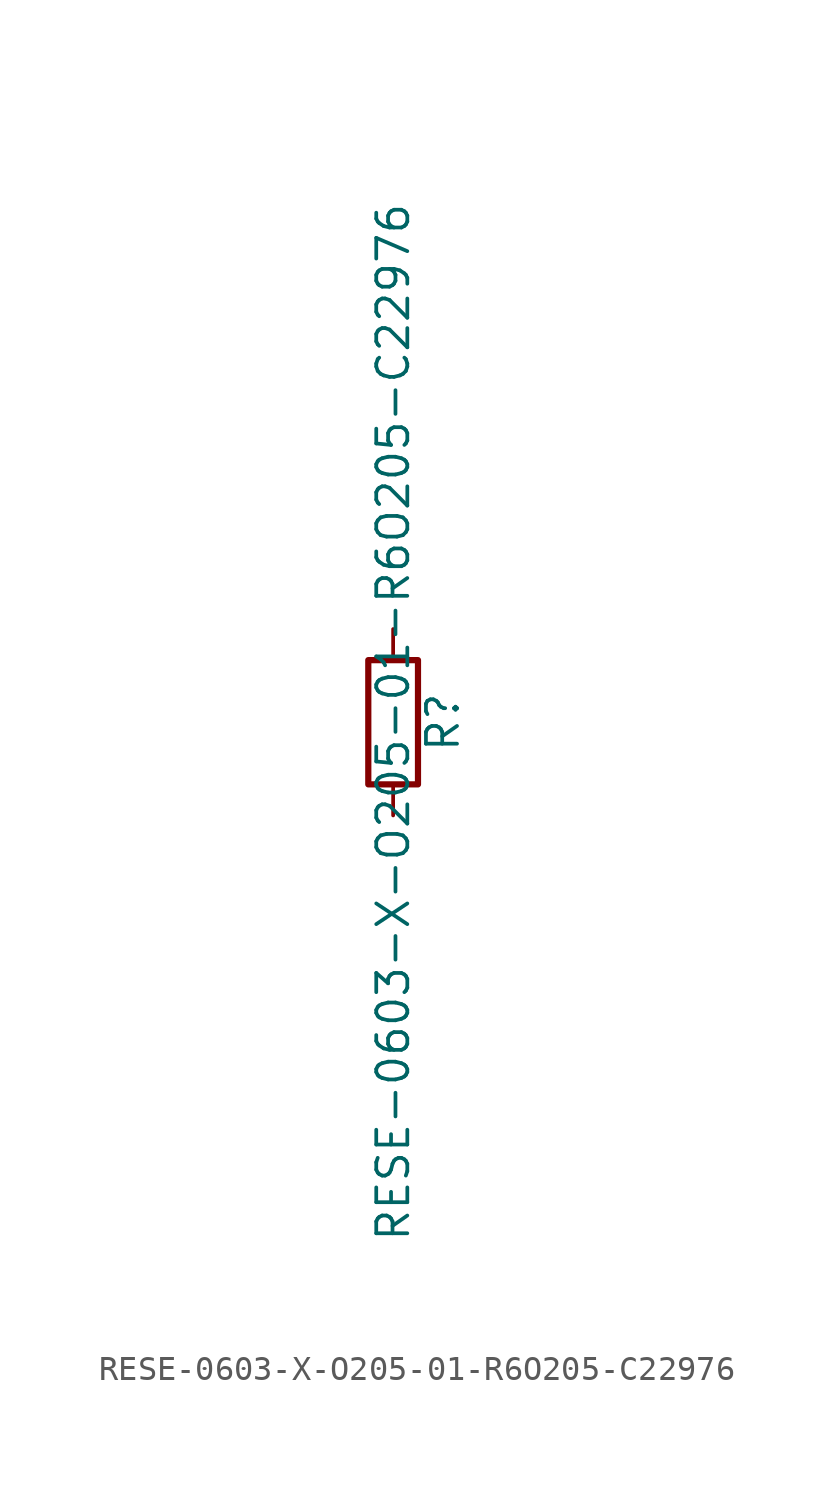
<source format=kicad_sym>
(kicad_symbol_lib
  (version 20211014)
  (generator kicad_symbol_editor)
  (symbol "RESE-0603-X-O205-01-R6O205-C22976"
    (pin_numbers hide)
    (pin_names
      (offset 0))
    (property "Reference" "R"
      (at 2.032 0 90)
      (effects (font (size 1.27 1.27))))
    (property "Value" "RESE-0603-X-O205-01-R6O205-C22976"
      (at 0 0 90)
      (effects (font (size 1.27 1.27))))
    (symbol "RESE-0603-X-O205-01-R6O205-C22976_0_1"
      (rectangle (start -1.016 -2.54) (end 1.016 2.54) (stroke (width 0.254) (type default) (color 0 0 0 0)) (fill (type none))))
    (symbol "RESE-0603-X-O205-01-R6O205-C22976_1_1"
      (pin passive line (at 0 3.81 270) (length 1.27) (name "~" (effects (font (size 1.27 1.27)))) (number "1" (effects (font (size 1.27 1.27)))))
      (pin passive line (at 0 -3.81 90) (length 1.27) (name "~" (effects (font (size 1.27 1.27)))) (number "2" (effects (font (size 1.27 1.27))))))))
</source>
